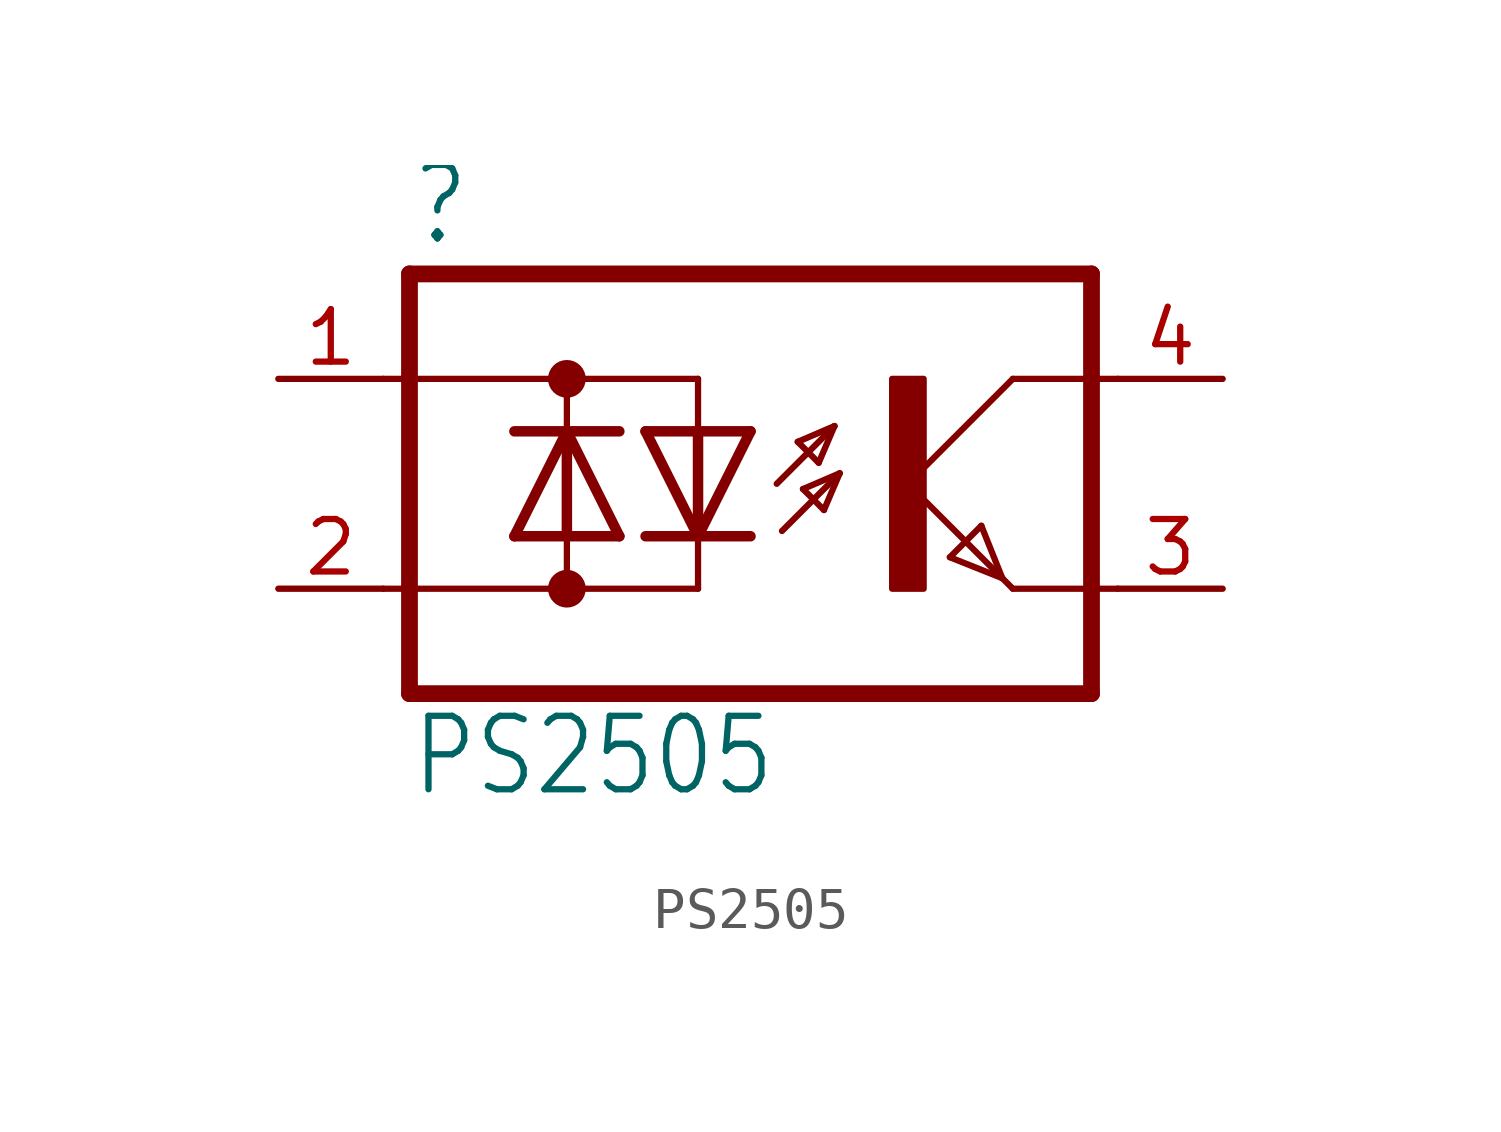
<source format=kicad_sym>
(kicad_symbol_lib
  (version 20220331)
  (generator kicad_symbol_editor)
  (symbol "PS2505"
    (property "Reference" ""
      (at -6.985 5.715 0)
      (effects (font (size 1.778 1.511)) (justify left bottom)))
    (property "Value" "PS2505"
      (at -6.985 -7.62 0)
      (effects (font (size 1.778 1.511)) (justify left bottom)))
    (property "ki_locked" ""
      (at 0 0 0)
      (effects (font (size 1.27 1.27))))
    (symbol "PS2505_1_0"
      (circle (center -3.175 -2.54) (radius 0.254) (stroke (width 0.406) (type solid)) (fill (type none)))
      (circle (center -3.175 2.54) (radius 0.254) (stroke (width 0.406) (type solid)) (fill (type none)))
      (polyline (pts (xy -6.985 -5.08) (xy 9.525 -5.08)) (stroke (width 0.406) (type solid)) (fill (type none)))
      (polyline (pts (xy -6.985 5.08) (xy -6.985 -5.08)) (stroke (width 0.406) (type solid)) (fill (type none)))
      (polyline (pts (xy -6.985 5.08) (xy 9.525 5.08)) (stroke (width 0.406) (type solid)) (fill (type none)))
      (polyline (pts (xy -4.445 -1.27) (xy -3.175 -1.27)) (stroke (width 0.254) (type solid)) (fill (type none)))
      (polyline (pts (xy -4.445 -1.27) (xy -3.175 1.27)) (stroke (width 0.254) (type solid)) (fill (type none)))
      (polyline (pts (xy -4.445 1.27) (xy -3.175 1.27)) (stroke (width 0.254) (type solid)) (fill (type none)))
      (polyline (pts (xy -3.175 -2.54) (xy -7.62 -2.54)) (stroke (width 0.152) (type solid)) (fill (type none)))
      (polyline (pts (xy -3.175 -2.54) (xy -3.175 -1.27)) (stroke (width 0.152) (type solid)) (fill (type none)))
      (polyline (pts (xy -3.175 -2.54) (xy 0 -2.54)) (stroke (width 0.152) (type solid)) (fill (type none)))
      (polyline (pts (xy -3.175 -1.27) (xy -3.175 1.27)) (stroke (width 0.254) (type solid)) (fill (type none)))
      (polyline (pts (xy -3.175 -1.27) (xy -1.905 -1.27)) (stroke (width 0.254) (type solid)) (fill (type none)))
      (polyline (pts (xy -3.175 1.27) (xy -1.905 -1.27)) (stroke (width 0.254) (type solid)) (fill (type none)))
      (polyline (pts (xy -3.175 1.27) (xy -1.905 1.27)) (stroke (width 0.254) (type solid)) (fill (type none)))
      (polyline (pts (xy -3.175 2.54) (xy -7.62 2.54)) (stroke (width 0.152) (type solid)) (fill (type none)))
      (polyline (pts (xy -3.175 2.54) (xy -3.175 1.27)) (stroke (width 0.152) (type solid)) (fill (type none)))
      (polyline (pts (xy -3.175 2.54) (xy 0 2.54)) (stroke (width 0.152) (type solid)) (fill (type none)))
      (polyline (pts (xy 0 -2.54) (xy 0 -1.27)) (stroke (width 0.152) (type solid)) (fill (type none)))
      (polyline (pts (xy 0 -1.27) (xy -1.27 -1.27)) (stroke (width 0.254) (type solid)) (fill (type none)))
      (polyline (pts (xy 0 -1.27) (xy -1.27 1.27)) (stroke (width 0.254) (type solid)) (fill (type none)))
      (polyline (pts (xy 0 1.27) (xy -1.27 1.27)) (stroke (width 0.254) (type solid)) (fill (type none)))
      (polyline (pts (xy 0 1.27) (xy 0 -1.27)) (stroke (width 0.254) (type solid)) (fill (type none)))
      (polyline (pts (xy 0 2.54) (xy 0 1.27)) (stroke (width 0.152) (type solid)) (fill (type none)))
      (polyline (pts (xy 1.27 -1.27) (xy 0 -1.27)) (stroke (width 0.254) (type solid)) (fill (type none)))
      (polyline (pts (xy 1.27 1.27) (xy 0 -1.27)) (stroke (width 0.254) (type solid)) (fill (type none)))
      (polyline (pts (xy 1.27 1.27) (xy 0 1.27)) (stroke (width 0.254) (type solid)) (fill (type none)))
      (polyline (pts (xy 1.905 0) (xy 3.302 1.397)) (stroke (width 0.152) (type solid)) (fill (type none)))
      (polyline (pts (xy 2.032 -1.143) (xy 3.429 0.254)) (stroke (width 0.152) (type solid)) (fill (type none)))
      (polyline (pts (xy 2.413 1.016) (xy 2.921 0.508)) (stroke (width 0.152) (type solid)) (fill (type none)))
      (polyline (pts (xy 2.54 -0.127) (xy 3.048 -0.635)) (stroke (width 0.152) (type solid)) (fill (type none)))
      (polyline (pts (xy 2.921 0.508) (xy 3.302 1.397)) (stroke (width 0.152) (type solid)) (fill (type none)))
      (polyline (pts (xy 3.048 -0.635) (xy 3.429 0.254)) (stroke (width 0.152) (type solid)) (fill (type none)))
      (polyline (pts (xy 3.302 1.397) (xy 2.413 1.016)) (stroke (width 0.152) (type solid)) (fill (type none)))
      (polyline (pts (xy 3.429 0.254) (xy 2.54 -0.127)) (stroke (width 0.152) (type solid)) (fill (type none)))
      (polyline (pts (xy 5.08 0) (xy 7.366 -2.286)) (stroke (width 0.152) (type solid)) (fill (type none)))
      (polyline (pts (xy 6.096 -1.778) (xy 6.858 -1.016)) (stroke (width 0.152) (type solid)) (fill (type none)))
      (polyline (pts (xy 6.858 -1.016) (xy 7.366 -2.286)) (stroke (width 0.152) (type solid)) (fill (type none)))
      (polyline (pts (xy 7.366 -2.286) (xy 6.096 -1.778)) (stroke (width 0.152) (type solid)) (fill (type none)))
      (polyline (pts (xy 7.366 -2.286) (xy 7.62 -2.54)) (stroke (width 0.152) (type solid)) (fill (type none)))
      (polyline (pts (xy 7.62 -2.54) (xy 10.16 -2.54)) (stroke (width 0.152) (type solid)) (fill (type none)))
      (polyline (pts (xy 7.62 2.54) (xy 5.08 0)) (stroke (width 0.152) (type solid)) (fill (type none)))
      (polyline (pts (xy 7.62 2.54) (xy 10.16 2.54)) (stroke (width 0.152) (type solid)) (fill (type none)))
      (polyline (pts (xy 9.525 5.08) (xy 9.525 -5.08)) (stroke (width 0.406) (type solid)) (fill (type none)))
      (rectangle (start 4.699 -2.54) (end 5.461 2.54) (stroke (width 0) (type default)) (fill (type outline)))
      (pin passive line (at -10.16 2.54 0) (length 2.54) (name "ANODE" (effects (font (size 0 0)))) (number "1" (effects (font (size 1.27 1.27)))))
      (pin passive line (at -10.16 -2.54 0) (length 2.54) (name "CATHODE" (effects (font (size 0 0)))) (number "2" (effects (font (size 1.27 1.27)))))
      (pin passive line (at 12.7 -2.54 180) (length 2.54) (name "EMITTER" (effects (font (size 0 0)))) (number "3" (effects (font (size 1.27 1.27)))))
      (pin passive line (at 12.7 2.54 180) (length 2.54) (name "COLLERTOR" (effects (font (size 0 0)))) (number "4" (effects (font (size 1.27 1.27))))))))
</source>
